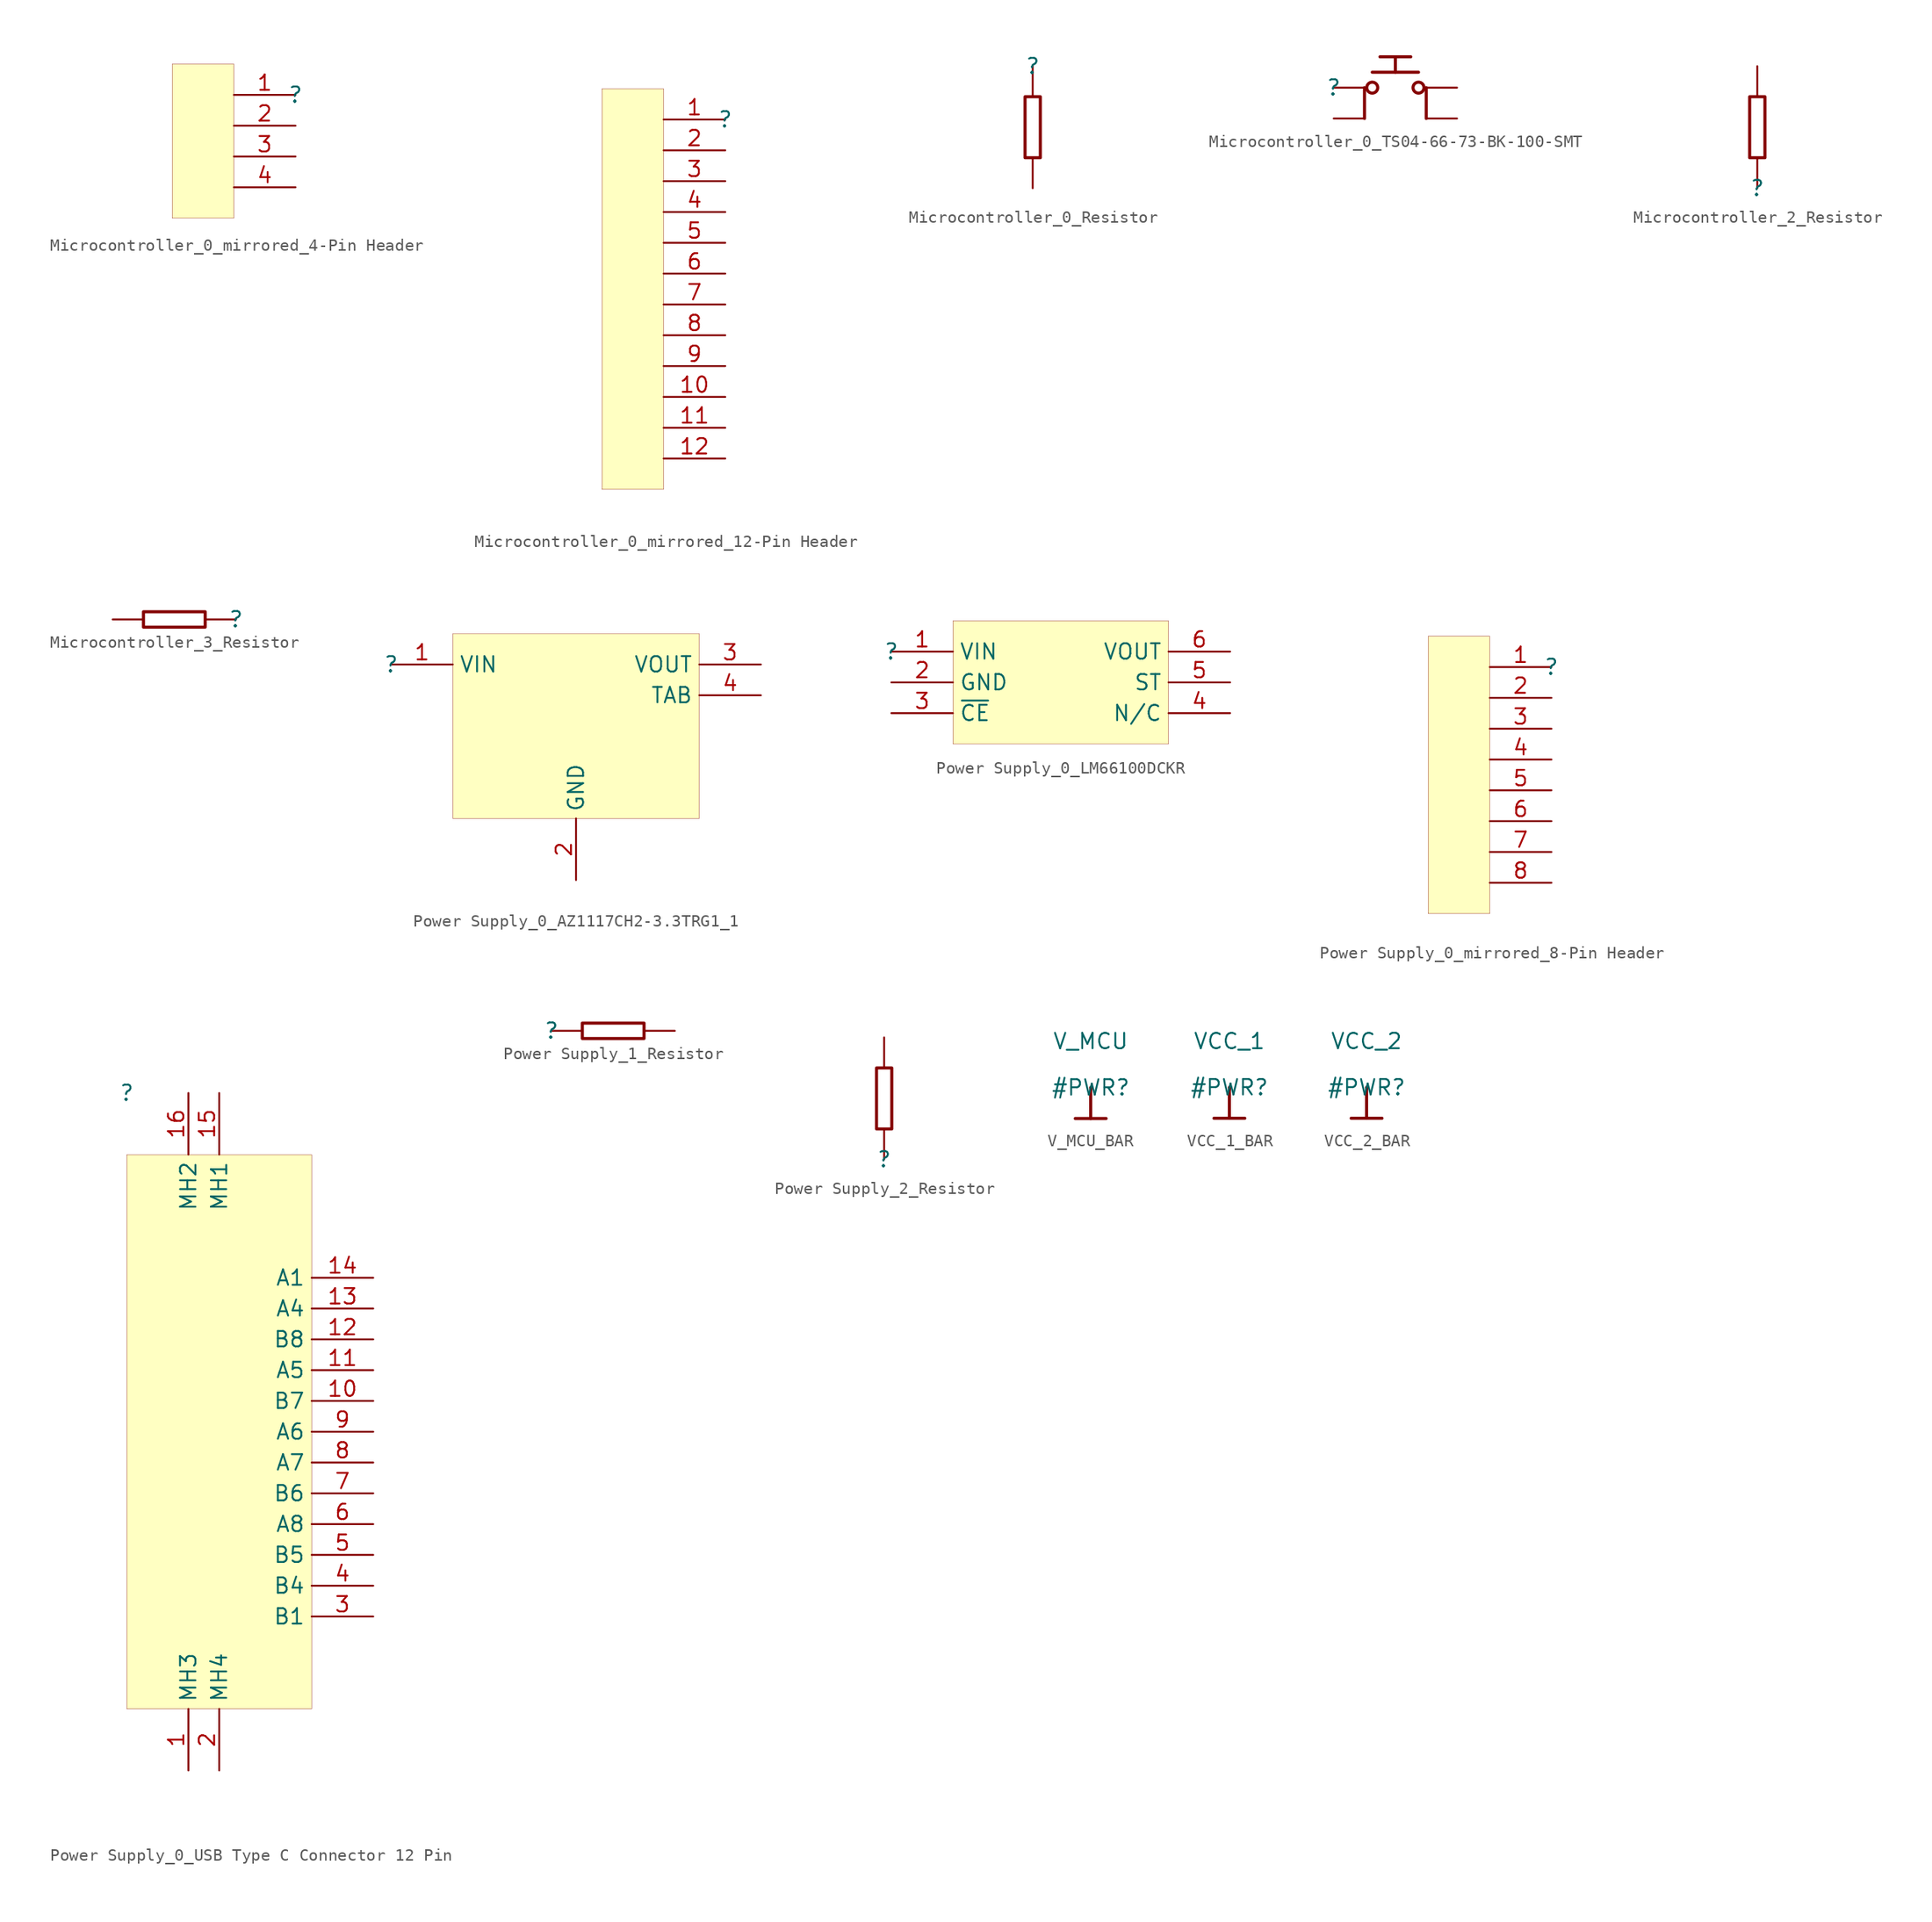
<source format=kicad_sym>
(kicad_symbol_lib
  (version 20231120)
  (generator "kicad_symbol_editor")
  (generator_version "8.0")
  (symbol "Microcontroller_0_mirrored_4-Pin Header"
    (property "Reference" ""
      (at 0 0 0)
      (effects (font (size 1.27 1.27))))
    (property "Value" ""
      (at 0 0 0)
      (effects (font (size 1.27 1.27))))
    (symbol "Microcontroller_0_mirrored_4-Pin Header_1_0"
      (rectangle (start -5.08 2.54) (end -10.16 -10.16) (stroke (width 0.025) (type solid) (color 128 0 0 1)) (fill (type background)))
      (pin passive line (at 0 0 180) (length 5.08) (name "" (effects (font (size 1.27 1.27)))) (number "1" (effects (font (size 1.27 1.27)))))
      (pin passive line (at 0 -2.54 180) (length 5.08) (name "" (effects (font (size 1.27 1.27)))) (number "2" (effects (font (size 1.27 1.27)))))
      (pin passive line (at 0 -5.08 180) (length 5.08) (name "" (effects (font (size 1.27 1.27)))) (number "3" (effects (font (size 1.27 1.27)))))
      (pin passive line (at 0 -7.62 180) (length 5.08) (name "" (effects (font (size 1.27 1.27)))) (number "4" (effects (font (size 1.27 1.27)))))))
  (symbol "Microcontroller_0_mirrored_12-Pin Header"
    (property "Reference" ""
      (at 0 0 0)
      (effects (font (size 1.27 1.27))))
    (property "Value" ""
      (at 0 0 0)
      (effects (font (size 1.27 1.27))))
    (symbol "Microcontroller_0_mirrored_12-Pin Header_1_0"
      (rectangle (start -5.08 2.54) (end -10.16 -30.48) (stroke (width 0.025) (type solid) (color 128 0 0 1)) (fill (type background)))
      (pin passive line (at 0 0 180) (length 5.08) (name "" (effects (font (size 1.27 1.27)))) (number "1" (effects (font (size 1.27 1.27)))))
      (pin passive line (at 0 -22.86 180) (length 5.08) (name "" (effects (font (size 1.27 1.27)))) (number "10" (effects (font (size 1.27 1.27)))))
      (pin passive line (at 0 -25.4 180) (length 5.08) (name "" (effects (font (size 0 0)))) (number "11" (effects (font (size 1.27 1.27)))))
      (pin passive line (at 0 -27.94 180) (length 5.08) (name "" (effects (font (size 0 0)))) (number "12" (effects (font (size 1.27 1.27)))))
      (pin passive line (at 0 -2.54 180) (length 5.08) (name "" (effects (font (size 1.27 1.27)))) (number "2" (effects (font (size 1.27 1.27)))))
      (pin passive line (at 0 -5.08 180) (length 5.08) (name "" (effects (font (size 1.27 1.27)))) (number "3" (effects (font (size 1.27 1.27)))))
      (pin passive line (at 0 -7.62 180) (length 5.08) (name "" (effects (font (size 1.27 1.27)))) (number "4" (effects (font (size 1.27 1.27)))))
      (pin passive line (at 0 -10.16 180) (length 5.08) (name "" (effects (font (size 1.27 1.27)))) (number "5" (effects (font (size 1.27 1.27)))))
      (pin passive line (at 0 -12.7 180) (length 5.08) (name "" (effects (font (size 1.27 1.27)))) (number "6" (effects (font (size 1.27 1.27)))))
      (pin passive line (at 0 -15.24 180) (length 5.08) (name "" (effects (font (size 1.27 1.27)))) (number "7" (effects (font (size 1.27 1.27)))))
      (pin passive line (at 0 -17.78 180) (length 5.08) (name "" (effects (font (size 1.27 1.27)))) (number "8" (effects (font (size 1.27 1.27)))))
      (pin passive line (at 0 -20.32 180) (length 5.08) (name "" (effects (font (size 1.27 1.27)))) (number "9" (effects (font (size 1.27 1.27)))))))
  (symbol "Microcontroller_0_Resistor"
    (property "Reference" ""
      (at 0 0 0)
      (effects (font (size 1.27 1.27))))
    (property "Value" ""
      (at 0 0 0)
      (effects (font (size 1.27 1.27))))
    (symbol "Microcontroller_0_Resistor_1_0"
      (polyline (pts (xy -0.635 -2.54) (xy 0.635 -2.54) (xy 0.635 -7.62) (xy -0.635 -7.62) (xy -0.635 -2.54)) (stroke (width 0.254) (type solid)) (fill (type none)))
      (pin passive line (at 0 0 270) (length 2.54) (name "" (effects (font (size 1.27 1.27)))) (number "1" (effects (font (size 0 0)))))
      (pin passive line (at 0 -10.16 90) (length 2.54) (name "" (effects (font (size 0 0)))) (number "2" (effects (font (size 0 0)))))))
  (symbol "Microcontroller_0_TS04-66-73-BK-100-SMT"
    (property "Reference" ""
      (at 0 0 0)
      (effects (font (size 1.27 1.27))))
    (property "Value" ""
      (at 0 0 0)
      (effects (font (size 1.27 1.27))))
    (symbol "Microcontroller_0_TS04-66-73-BK-100-SMT_1_0"
      (polyline (pts (xy 2.54 -2.54) (xy 2.54 0)) (stroke (width 0.254) (type solid)) (fill (type none)))
      (polyline (pts (xy 3.175 1.27) (xy 6.985 1.27)) (stroke (width 0.254) (type solid)) (fill (type none)))
      (polyline (pts (xy 3.81 2.54) (xy 6.35 2.54)) (stroke (width 0.254) (type solid)) (fill (type none)))
      (polyline (pts (xy 5.08 1.27) (xy 5.08 2.54)) (stroke (width 0.254) (type solid)) (fill (type none)))
      (polyline (pts (xy 7.62 0) (xy 7.62 -2.54)) (stroke (width 0.254) (type solid)) (fill (type none)))
      (circle (center 3.175 0) (radius 0.451) (stroke (width 0.254) (type solid)) (fill (type none)))
      (circle (center 6.985 0) (radius 0.451) (stroke (width 0.254) (type solid)) (fill (type none)))
      (pin passive line (at 0 0 0) (length 2.54) (name "" (effects (font (size 1.27 1.27)))) (number "1" (effects (font (size 0 0)))))
      (pin passive line (at 0 -2.54 0) (length 2.54) (name "" (effects (font (size 1.27 1.27)))) (number "2" (effects (font (size 0 0)))))
      (pin passive line (at 10.16 0 180) (length 2.54) (name "" (effects (font (size 0 0)))) (number "3" (effects (font (size 0 0)))))
      (pin passive line (at 10.16 -2.54 180) (length 2.54) (name "" (effects (font (size 0 0)))) (number "4" (effects (font (size 0 0)))))))
  (symbol "Microcontroller_2_Resistor"
    (property "Reference" ""
      (at 0 0 0)
      (effects (font (size 1.27 1.27))))
    (property "Value" ""
      (at 0 0 0)
      (effects (font (size 1.27 1.27))))
    (symbol "Microcontroller_2_Resistor_1_0"
      (polyline (pts (xy 0.635 2.54) (xy -0.635 2.54) (xy -0.635 7.62) (xy 0.635 7.62) (xy 0.635 2.54)) (stroke (width 0.254) (type solid)) (fill (type none)))
      (pin passive line (at 0 0 90) (length 2.54) (name "" (effects (font (size 1.27 1.27)))) (number "1" (effects (font (size 0 0)))))
      (pin passive line (at 0 10.16 270) (length 2.54) (name "" (effects (font (size 0 0)))) (number "2" (effects (font (size 0 0)))))))
  (symbol "Microcontroller_3_Resistor"
    (property "Reference" ""
      (at 0 0 0)
      (effects (font (size 1.27 1.27))))
    (property "Value" ""
      (at 0 0 0)
      (effects (font (size 1.27 1.27))))
    (symbol "Microcontroller_3_Resistor_1_0"
      (polyline (pts (xy -2.54 0.635) (xy -2.54 -0.635) (xy -7.62 -0.635) (xy -7.62 0.635) (xy -2.54 0.635)) (stroke (width 0.254) (type solid)) (fill (type none)))
      (pin passive line (at 0 0 180) (length 2.54) (name "" (effects (font (size 1.27 1.27)))) (number "1" (effects (font (size 0 0)))))
      (pin passive line (at -10.16 0 0) (length 2.54) (name "" (effects (font (size 0 0)))) (number "2" (effects (font (size 0 0)))))))
  (symbol "Power Supply_0_AZ1117CH2-3.3TRG1_1"
    (property "Reference" ""
      (at 0 0 0)
      (effects (font (size 1.27 1.27))))
    (property "Value" ""
      (at 0 0 0)
      (effects (font (size 1.27 1.27))))
    (symbol "Power Supply_0_AZ1117CH2-3.3TRG1_1_1_0"
      (rectangle (start 25.4 2.54) (end 5.08 -12.7) (stroke (width 0.025) (type solid) (color 128 0 0 1)) (fill (type background)))
      (pin passive line (at 0 0 0) (length 5.08) (name "VIN" (effects (font (size 1.27 1.27)))) (number "1" (effects (font (size 1.27 1.27)))))
      (pin passive line (at 15.24 -17.78 90) (length 5.08) (name "GND" (effects (font (size 1.27 1.27)))) (number "2" (effects (font (size 1.27 1.27)))))
      (pin passive line (at 30.48 0 180) (length 5.08) (name "VOUT" (effects (font (size 1.27 1.27)))) (number "3" (effects (font (size 1.27 1.27)))))
      (pin passive line (at 30.48 -2.54 180) (length 5.08) (name "TAB" (effects (font (size 1.27 1.27)))) (number "4" (effects (font (size 1.27 1.27)))))))
  (symbol "Power Supply_0_LM66100DCKR"
    (property "Reference" ""
      (at 0 0 0)
      (effects (font (size 1.27 1.27))))
    (property "Value" ""
      (at 0 0 0)
      (effects (font (size 1.27 1.27))))
    (symbol "Power Supply_0_LM66100DCKR_1_0"
      (rectangle (start 22.86 2.54) (end 5.08 -7.62) (stroke (width 0.025) (type solid) (color 128 0 0 1)) (fill (type background)))
      (pin passive line (at 0 0 0) (length 5.08) (name "VIN" (effects (font (size 1.27 1.27)))) (number "1" (effects (font (size 1.27 1.27)))))
      (pin passive line (at 0 -2.54 0) (length 5.08) (name "GND" (effects (font (size 1.27 1.27)))) (number "2" (effects (font (size 1.27 1.27)))))
      (pin passive line (at 0 -5.08 0) (length 5.08) (name "~{CE}" (effects (font (size 1.27 1.27)))) (number "3" (effects (font (size 1.27 1.27)))))
      (pin passive line (at 27.94 -5.08 180) (length 5.08) (name "N/C" (effects (font (size 1.27 1.27)))) (number "4" (effects (font (size 1.27 1.27)))))
      (pin passive line (at 27.94 -2.54 180) (length 5.08) (name "ST" (effects (font (size 1.27 1.27)))) (number "5" (effects (font (size 1.27 1.27)))))
      (pin passive line (at 27.94 0 180) (length 5.08) (name "VOUT" (effects (font (size 1.27 1.27)))) (number "6" (effects (font (size 1.27 1.27)))))))
  (symbol "Power Supply_0_mirrored_8-Pin Header"
    (property "Reference" ""
      (at 0 0 0)
      (effects (font (size 1.27 1.27))))
    (property "Value" ""
      (at 0 0 0)
      (effects (font (size 1.27 1.27))))
    (symbol "Power Supply_0_mirrored_8-Pin Header_1_0"
      (rectangle (start -5.08 2.54) (end -10.16 -20.32) (stroke (width 0.025) (type solid) (color 128 0 0 1)) (fill (type background)))
      (pin passive line (at 0 0 180) (length 5.08) (name "" (effects (font (size 1.27 1.27)))) (number "1" (effects (font (size 1.27 1.27)))))
      (pin passive line (at 0 -2.54 180) (length 5.08) (name "" (effects (font (size 1.27 1.27)))) (number "2" (effects (font (size 1.27 1.27)))))
      (pin passive line (at 0 -5.08 180) (length 5.08) (name "" (effects (font (size 1.27 1.27)))) (number "3" (effects (font (size 1.27 1.27)))))
      (pin passive line (at 0 -7.62 180) (length 5.08) (name "" (effects (font (size 1.27 1.27)))) (number "4" (effects (font (size 1.27 1.27)))))
      (pin passive line (at 0 -10.16 180) (length 5.08) (name "" (effects (font (size 1.27 1.27)))) (number "5" (effects (font (size 1.27 1.27)))))
      (pin passive line (at 0 -12.7 180) (length 5.08) (name "" (effects (font (size 1.27 1.27)))) (number "6" (effects (font (size 1.27 1.27)))))
      (pin passive line (at 0 -15.24 180) (length 5.08) (name "" (effects (font (size 1.27 1.27)))) (number "7" (effects (font (size 1.27 1.27)))))
      (pin passive line (at 0 -17.78 180) (length 5.08) (name "" (effects (font (size 1.27 1.27)))) (number "8" (effects (font (size 1.27 1.27)))))))
  (symbol "Power Supply_0_USB Type C Connector 12 Pin"
    (property "Reference" ""
      (at 0 0 0)
      (effects (font (size 1.27 1.27))))
    (property "Value" ""
      (at 0 0 0)
      (effects (font (size 1.27 1.27))))
    (symbol "Power Supply_0_USB Type C Connector 12 Pin_1_0"
      (rectangle (start 15.24 -5.08) (end 0 -50.8) (stroke (width 0.025) (type solid) (color 128 0 0 1)) (fill (type background)))
      (pin passive line (at 5.08 -55.88 90) (length 5.08) (name "MH3" (effects (font (size 1.27 1.27)))) (number "1" (effects (font (size 1.27 1.27)))))
      (pin passive line (at 20.32 -25.4 180) (length 5.08) (name "B7" (effects (font (size 1.27 1.27)))) (number "10" (effects (font (size 1.27 1.27)))))
      (pin passive line (at 20.32 -22.86 180) (length 5.08) (name "A5" (effects (font (size 1.27 1.27)))) (number "11" (effects (font (size 1.27 1.27)))))
      (pin passive line (at 20.32 -20.32 180) (length 5.08) (name "B8" (effects (font (size 1.27 1.27)))) (number "12" (effects (font (size 1.27 1.27)))))
      (pin passive line (at 20.32 -17.78 180) (length 5.08) (name "A4" (effects (font (size 1.27 1.27)))) (number "13" (effects (font (size 1.27 1.27)))))
      (pin passive line (at 20.32 -15.24 180) (length 5.08) (name "A1" (effects (font (size 1.27 1.27)))) (number "14" (effects (font (size 1.27 1.27)))))
      (pin passive line (at 7.62 0 270) (length 5.08) (name "MH1" (effects (font (size 1.27 1.27)))) (number "15" (effects (font (size 1.27 1.27)))))
      (pin passive line (at 5.08 0 270) (length 5.08) (name "MH2" (effects (font (size 1.27 1.27)))) (number "16" (effects (font (size 1.27 1.27)))))
      (pin passive line (at 7.62 -55.88 90) (length 5.08) (name "MH4" (effects (font (size 1.27 1.27)))) (number "2" (effects (font (size 1.27 1.27)))))
      (pin passive line (at 20.32 -43.18 180) (length 5.08) (name "B1" (effects (font (size 1.27 1.27)))) (number "3" (effects (font (size 1.27 1.27)))))
      (pin passive line (at 20.32 -40.64 180) (length 5.08) (name "B4" (effects (font (size 1.27 1.27)))) (number "4" (effects (font (size 1.27 1.27)))))
      (pin passive line (at 20.32 -38.1 180) (length 5.08) (name "B5" (effects (font (size 1.27 1.27)))) (number "5" (effects (font (size 1.27 1.27)))))
      (pin passive line (at 20.32 -35.56 180) (length 5.08) (name "A8" (effects (font (size 1.27 1.27)))) (number "6" (effects (font (size 1.27 1.27)))))
      (pin passive line (at 20.32 -33.02 180) (length 5.08) (name "B6" (effects (font (size 1.27 1.27)))) (number "7" (effects (font (size 1.27 1.27)))))
      (pin passive line (at 20.32 -30.48 180) (length 5.08) (name "A7" (effects (font (size 1.27 1.27)))) (number "8" (effects (font (size 1.27 1.27)))))
      (pin passive line (at 20.32 -27.94 180) (length 5.08) (name "A6" (effects (font (size 1.27 1.27)))) (number "9" (effects (font (size 1.27 1.27)))))))
  (symbol "Power Supply_1_Resistor"
    (property "Reference" ""
      (at 0 0 0)
      (effects (font (size 1.27 1.27))))
    (property "Value" ""
      (at 0 0 0)
      (effects (font (size 1.27 1.27))))
    (symbol "Power Supply_1_Resistor_1_0"
      (polyline (pts (xy 2.54 -0.635) (xy 2.54 0.635) (xy 7.62 0.635) (xy 7.62 -0.635) (xy 2.54 -0.635)) (stroke (width 0.254) (type solid)) (fill (type none)))
      (pin passive line (at 0 0 0) (length 2.54) (name "" (effects (font (size 1.27 1.27)))) (number "1" (effects (font (size 0 0)))))
      (pin passive line (at 10.16 0 180) (length 2.54) (name "" (effects (font (size 0 0)))) (number "2" (effects (font (size 0 0)))))))
  (symbol "Power Supply_2_Resistor"
    (property "Reference" ""
      (at 0 0 0)
      (effects (font (size 1.27 1.27))))
    (property "Value" ""
      (at 0 0 0)
      (effects (font (size 1.27 1.27))))
    (symbol "Power Supply_2_Resistor_1_0"
      (polyline (pts (xy 0.635 2.54) (xy -0.635 2.54) (xy -0.635 7.62) (xy 0.635 7.62) (xy 0.635 2.54)) (stroke (width 0.254) (type solid)) (fill (type none)))
      (pin passive line (at 0 0 90) (length 2.54) (name "" (effects (font (size 1.27 1.27)))) (number "1" (effects (font (size 0 0)))))
      (pin passive line (at 0 10.16 270) (length 2.54) (name "" (effects (font (size 0 0)))) (number "2" (effects (font (size 0 0)))))))
  (symbol "V_MCU_BAR"
    (power)
    (property "Reference" "#PWR"
      (at 0 0 0)
      (effects (font (size 1.27 1.27))))
    (property "Value" "V_MCU"
      (at 0 3.81 0)
      (effects (font (size 1.27 1.27))))
    (symbol "V_MCU_BAR_0_0"
      (polyline (pts (xy -1.27 -2.54) (xy 1.27 -2.54)) (stroke (width 0.254) (type solid)) (fill (type none)))
      (polyline (pts (xy 0 0) (xy 0 -2.54)) (stroke (width 0.254) (type solid)) (fill (type none)))
      (pin power_in line (at 0 0 0) (length 0) hide (name "V_MCU" (effects (font (size 1.27 1.27)))) (number "" (effects (font (size 1.27 1.27)))))))
  (symbol "VCC_1_BAR"
    (power)
    (property "Reference" "#PWR"
      (at 0 0 0)
      (effects (font (size 1.27 1.27))))
    (property "Value" "VCC_1"
      (at 0 3.81 0)
      (effects (font (size 1.27 1.27))))
    (symbol "VCC_1_BAR_0_0"
      (polyline (pts (xy -1.27 -2.54) (xy 1.27 -2.54)) (stroke (width 0.254) (type solid)) (fill (type none)))
      (polyline (pts (xy 0 0) (xy 0 -2.54)) (stroke (width 0.254) (type solid)) (fill (type none)))
      (pin power_in line (at 0 0 0) (length 0) hide (name "VCC_1" (effects (font (size 1.27 1.27)))) (number "" (effects (font (size 1.27 1.27)))))))
  (symbol "VCC_2_BAR"
    (power)
    (property "Reference" "#PWR"
      (at 0 0 0)
      (effects (font (size 1.27 1.27))))
    (property "Value" "VCC_2"
      (at 0 3.81 0)
      (effects (font (size 1.27 1.27))))
    (symbol "VCC_2_BAR_0_0"
      (polyline (pts (xy -1.27 -2.54) (xy 1.27 -2.54)) (stroke (width 0.254) (type solid)) (fill (type none)))
      (polyline (pts (xy 0 0) (xy 0 -2.54)) (stroke (width 0.254) (type solid)) (fill (type none)))
      (pin power_in line (at 0 0 0) (length 0) hide (name "VCC_2" (effects (font (size 1.27 1.27)))) (number "" (effects (font (size 1.27 1.27))))))))
</source>
